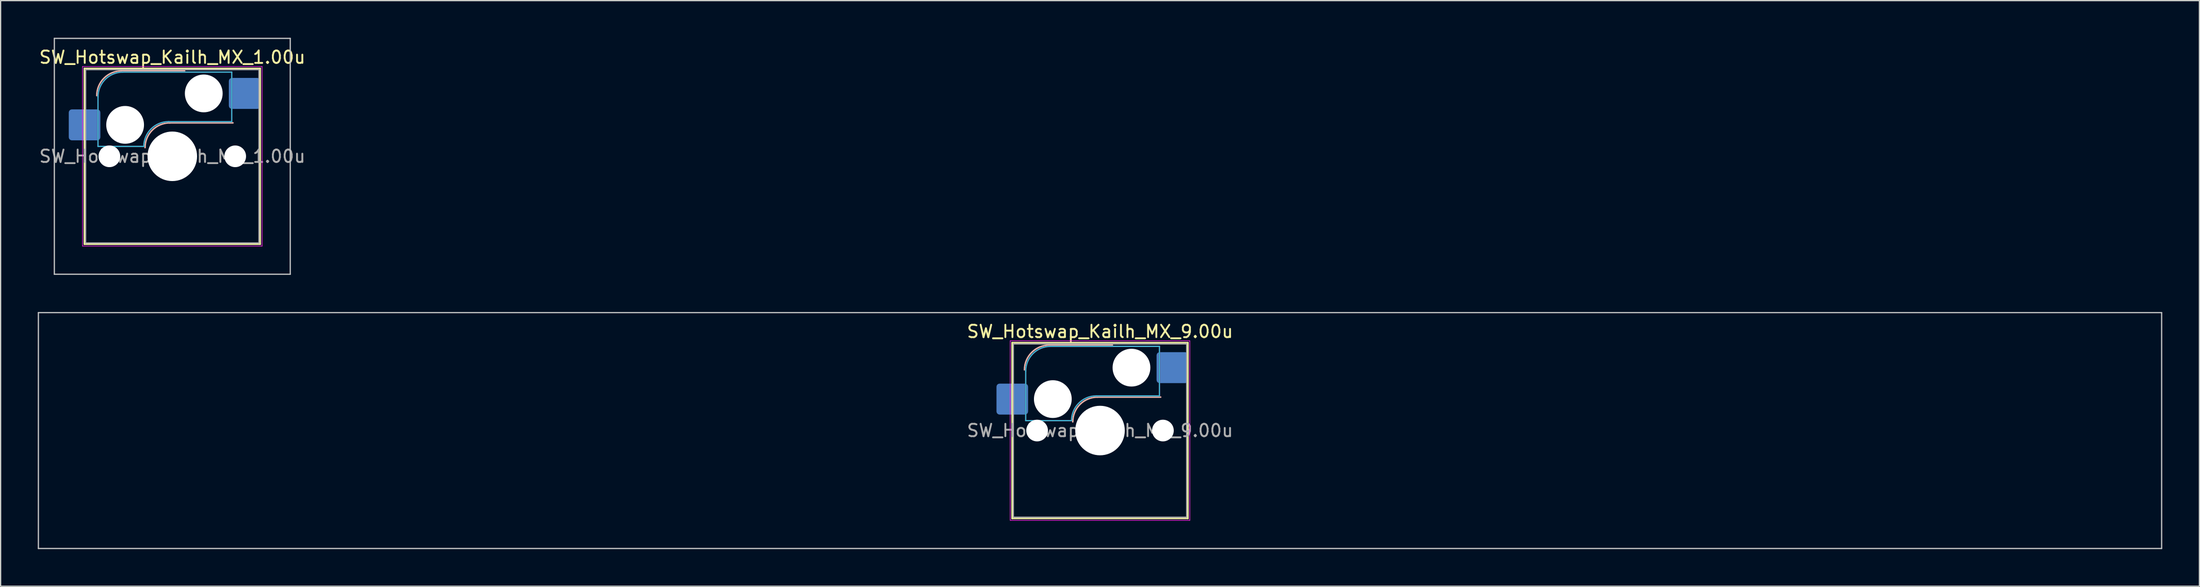
<source format=kicad_pcb>
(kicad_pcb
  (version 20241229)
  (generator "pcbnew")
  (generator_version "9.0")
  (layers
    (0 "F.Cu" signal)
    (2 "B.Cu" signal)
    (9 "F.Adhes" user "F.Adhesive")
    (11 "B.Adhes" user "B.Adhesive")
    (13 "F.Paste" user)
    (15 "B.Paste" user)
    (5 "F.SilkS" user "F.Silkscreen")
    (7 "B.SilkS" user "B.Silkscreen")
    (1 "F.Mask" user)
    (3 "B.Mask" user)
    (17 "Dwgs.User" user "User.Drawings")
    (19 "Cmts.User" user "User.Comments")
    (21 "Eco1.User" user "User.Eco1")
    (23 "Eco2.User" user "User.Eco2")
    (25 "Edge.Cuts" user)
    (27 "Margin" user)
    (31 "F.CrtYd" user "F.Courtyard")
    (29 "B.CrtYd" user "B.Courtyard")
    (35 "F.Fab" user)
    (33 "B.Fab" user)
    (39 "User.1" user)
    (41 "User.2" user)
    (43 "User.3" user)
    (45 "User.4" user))
  (footprint "SW_Hotswap_Kailh_MX_1.00u"
    (layer "F.Cu")
    (at 10.863 9.575)
    (property "Reference" "SW_Hotswap_Kailh_MX_1.00u" (at 0 -8 0) (layer "F.SilkS") (effects (font (size 1 1) (thickness 0.15))))
    (attr smd)
    (fp_line (start -7.1 -7.1) (end -7.1 7.1) (stroke (width 0.12) (type solid)) (layer "F.SilkS"))
    (fp_line (start -7.1 7.1) (end 7.1 7.1) (stroke (width 0.12) (type solid)) (layer "F.SilkS"))
    (fp_line (start 7.1 -7.1) (end -7.1 -7.1) (stroke (width 0.12) (type solid)) (layer "F.SilkS"))
    (fp_line (start 7.1 7.1) (end 7.1 -7.1) (stroke (width 0.12) (type solid)) (layer "F.SilkS"))
    (fp_line (start -4.1 -6.9) (end 1 -6.9) (stroke (width 0.12) (type solid)) (layer "B.SilkS"))
    (fp_line (start -0.2 -2.7) (end 4.9 -2.7) (stroke (width 0.12) (type solid)) (layer "B.SilkS"))
    (fp_arc (start -6.1 -4.9) (mid -5.514214 -6.314214) (end -4.1 -6.9) (stroke (width 0.12) (type solid)) (layer "B.SilkS"))
    (fp_arc (start -2.2 -0.7) (mid -1.614214 -2.114214) (end -0.2 -2.7) (stroke (width 0.12) (type solid)) (layer "B.SilkS"))
    (fp_line (start -9.525 -9.525) (end -9.525 9.525) (stroke (width 0.1) (type solid)) (layer "Dwgs.User"))
    (fp_line (start -9.525 9.525) (end 9.525 9.525) (stroke (width 0.1) (type solid)) (layer "Dwgs.User"))
    (fp_line (start 9.525 -9.525) (end -9.525 -9.525) (stroke (width 0.1) (type solid)) (layer "Dwgs.User"))
    (fp_line (start 9.525 9.525) (end 9.525 -9.525) (stroke (width 0.1) (type solid)) (layer "Dwgs.User"))
    (fp_line (start -7.8 -6) (end -7 -6) (stroke (width 0.1) (type solid)) (layer "Eco1.User"))
    (fp_line (start -7.8 -2.9) (end -7.8 -6) (stroke (width 0.1) (type solid)) (layer "Eco1.User"))
    (fp_line (start -7.8 2.9) (end -7 2.9) (stroke (width 0.1) (type solid)) (layer "Eco1.User"))
    (fp_line (start -7.8 6) (end -7.8 2.9) (stroke (width 0.1) (type solid)) (layer "Eco1.User"))
    (fp_line (start -7 -7) (end 7 -7) (stroke (width 0.1) (type solid)) (layer "Eco1.User"))
    (fp_line (start -7 -6) (end -7 -7) (stroke (width 0.1) (type solid)) (layer "Eco1.User"))
    (fp_line (start -7 -2.9) (end -7.8 -2.9) (stroke (width 0.1) (type solid)) (layer "Eco1.User"))
    (fp_line (start -7 2.9) (end -7 -2.9) (stroke (width 0.1) (type solid)) (layer "Eco1.User"))
    (fp_line (start -7 6) (end -7.8 6) (stroke (width 0.1) (type solid)) (layer "Eco1.User"))
    (fp_line (start -7 7) (end -7 6) (stroke (width 0.1) (type solid)) (layer "Eco1.User"))
    (fp_line (start 7 -7) (end 7 -6) (stroke (width 0.1) (type solid)) (layer "Eco1.User"))
    (fp_line (start 7 -6) (end 7.8 -6) (stroke (width 0.1) (type solid)) (layer "Eco1.User"))
    (fp_line (start 7 -2.9) (end 7 2.9) (stroke (width 0.1) (type solid)) (layer "Eco1.User"))
    (fp_line (start 7 2.9) (end 7.8 2.9) (stroke (width 0.1) (type solid)) (layer "Eco1.User"))
    (fp_line (start 7 6) (end 7 7) (stroke (width 0.1) (type solid)) (layer "Eco1.User"))
    (fp_line (start 7 7) (end -7 7) (stroke (width 0.1) (type solid)) (layer "Eco1.User"))
    (fp_line (start 7.8 -6) (end 7.8 -2.9) (stroke (width 0.1) (type solid)) (layer "Eco1.User"))
    (fp_line (start 7.8 -2.9) (end 7 -2.9) (stroke (width 0.1) (type solid)) (layer "Eco1.User"))
    (fp_line (start 7.8 2.9) (end 7.8 6) (stroke (width 0.1) (type solid)) (layer "Eco1.User"))
    (fp_line (start 7.8 6) (end 7 6) (stroke (width 0.1) (type solid)) (layer "Eco1.User"))
    (fp_line (start -6 -0.8) (end -6 -4.8) (stroke (width 0.05) (type solid)) (layer "B.CrtYd"))
    (fp_line (start -6 -0.8) (end -2.3 -0.8) (stroke (width 0.05) (type solid)) (layer "B.CrtYd"))
    (fp_line (start -4 -6.8) (end 4.8 -6.8) (stroke (width 0.05) (type solid)) (layer "B.CrtYd"))
    (fp_line (start -0.3 -2.8) (end 4.8 -2.8) (stroke (width 0.05) (type solid)) (layer "B.CrtYd"))
    (fp_line (start 4.8 -6.8) (end 4.8 -2.8) (stroke (width 0.05) (type solid)) (layer "B.CrtYd"))
    (fp_arc (start -6 -4.8) (mid -5.414214 -6.214214) (end -4 -6.8) (stroke (width 0.05) (type solid)) (layer "B.CrtYd"))
    (fp_arc (start -2.3 -0.8) (mid -1.714214 -2.214214) (end -0.3 -2.8) (stroke (width 0.05) (type solid)) (layer "B.CrtYd"))
    (fp_line (start -7.25 -7.25) (end -7.25 7.25) (stroke (width 0.05) (type solid)) (layer "F.CrtYd"))
    (fp_line (start -7.25 7.25) (end 7.25 7.25) (stroke (width 0.05) (type solid)) (layer "F.CrtYd"))
    (fp_line (start 7.25 -7.25) (end -7.25 -7.25) (stroke (width 0.05) (type solid)) (layer "F.CrtYd"))
    (fp_line (start 7.25 7.25) (end 7.25 -7.25) (stroke (width 0.05) (type solid)) (layer "F.CrtYd"))
    (fp_line (start -6 -0.8) (end -6 -4.8) (stroke (width 0.12) (type solid)) (layer "B.Fab"))
    (fp_line (start -6 -0.8) (end -2.3 -0.8) (stroke (width 0.12) (type solid)) (layer "B.Fab"))
    (fp_line (start -4 -6.8) (end 4.8 -6.8) (stroke (width 0.12) (type solid)) (layer "B.Fab"))
    (fp_line (start -0.3 -2.8) (end 4.8 -2.8) (stroke (width 0.12) (type solid)) (layer "B.Fab"))
    (fp_line (start 4.8 -6.8) (end 4.8 -2.8) (stroke (width 0.12) (type solid)) (layer "B.Fab"))
    (fp_arc (start -6 -4.8) (mid -5.414214 -6.214214) (end -4 -6.8) (stroke (width 0.12) (type solid)) (layer "B.Fab"))
    (fp_arc (start -2.3 -0.8) (mid -1.714214 -2.214214) (end -0.3 -2.8) (stroke (width 0.12) (type solid)) (layer "B.Fab"))
    (fp_line (start -7 -7) (end -7 7) (stroke (width 0.1) (type solid)) (layer "F.Fab"))
    (fp_line (start -7 7) (end 7 7) (stroke (width 0.1) (type solid)) (layer "F.Fab"))
    (fp_line (start 7 -7) (end -7 -7) (stroke (width 0.1) (type solid)) (layer "F.Fab"))
    (fp_line (start 7 7) (end 7 -7) (stroke (width 0.1) (type solid)) (layer "F.Fab"))
    (fp_text user "${REFERENCE}" (at 0 0 0) (layer "F.Fab") (effects (font (size 1 1) (thickness 0.15))))
    (pad "" np_thru_hole circle (at -5.08 0) (size 1.75 1.75) (drill 1.75) (layers "*.Cu" "*.Mask"))
    (pad "" np_thru_hole circle (at -3.81 -2.54) (size 3.05 3.05) (drill 3.05) (layers "*.Cu" "*.Mask"))
    (pad "" np_thru_hole circle (at 0 0) (size 4 4) (drill 4) (layers "*.Cu" "*.Mask"))
    (pad "" np_thru_hole circle (at 2.54 -5.08) (size 3.05 3.05) (drill 3.05) (layers "*.Cu" "*.Mask"))
    (pad "" np_thru_hole circle (at 5.08 0) (size 1.75 1.75) (drill 1.75) (layers "*.Cu" "*.Mask"))
    (pad "1" smd roundrect (at -7.085 -2.54) (size 2.55 2.5) (layers "B.Cu" "B.Mask" "B.Paste") (roundrect_rratio 0.1))
    (pad "2" smd roundrect (at 5.842 -5.08) (size 2.55 2.5) (layers "B.Cu" "B.Mask" "B.Paste") (roundrect_rratio 0.1)))
  (footprint "SW_Hotswap_Kailh_MX_9.00u"
    (layer "F.Cu")
    (at 85.775 31.725)
    (property "Reference" "SW_Hotswap_Kailh_MX_9.00u" (at 0 -8 0) (layer "F.SilkS") (effects (font (size 1 1) (thickness 0.15))))
    (attr smd)
    (fp_line (start -7.1 -7.1) (end -7.1 7.1) (stroke (width 0.12) (type solid)) (layer "F.SilkS"))
    (fp_line (start -7.1 7.1) (end 7.1 7.1) (stroke (width 0.12) (type solid)) (layer "F.SilkS"))
    (fp_line (start 7.1 -7.1) (end -7.1 -7.1) (stroke (width 0.12) (type solid)) (layer "F.SilkS"))
    (fp_line (start 7.1 7.1) (end 7.1 -7.1) (stroke (width 0.12) (type solid)) (layer "F.SilkS"))
    (fp_line (start -4.1 -6.9) (end 1 -6.9) (stroke (width 0.12) (type solid)) (layer "B.SilkS"))
    (fp_line (start -0.2 -2.7) (end 4.9 -2.7) (stroke (width 0.12) (type solid)) (layer "B.SilkS"))
    (fp_arc (start -6.1 -4.9) (mid -5.514214 -6.314214) (end -4.1 -6.9) (stroke (width 0.12) (type solid)) (layer "B.SilkS"))
    (fp_arc (start -2.2 -0.7) (mid -1.614214 -2.114214) (end -0.2 -2.7) (stroke (width 0.12) (type solid)) (layer "B.SilkS"))
    (fp_line (start -85.725 -9.525) (end -85.725 9.525) (stroke (width 0.1) (type solid)) (layer "Dwgs.User"))
    (fp_line (start -85.725 9.525) (end 85.725 9.525) (stroke (width 0.1) (type solid)) (layer "Dwgs.User"))
    (fp_line (start 85.725 -9.525) (end -85.725 -9.525) (stroke (width 0.1) (type solid)) (layer "Dwgs.User"))
    (fp_line (start 85.725 9.525) (end 85.725 -9.525) (stroke (width 0.1) (type solid)) (layer "Dwgs.User"))
    (fp_line (start -7.8 -6) (end -7 -6) (stroke (width 0.1) (type solid)) (layer "Eco1.User"))
    (fp_line (start -7.8 -2.9) (end -7.8 -6) (stroke (width 0.1) (type solid)) (layer "Eco1.User"))
    (fp_line (start -7.8 2.9) (end -7 2.9) (stroke (width 0.1) (type solid)) (layer "Eco1.User"))
    (fp_line (start -7.8 6) (end -7.8 2.9) (stroke (width 0.1) (type solid)) (layer "Eco1.User"))
    (fp_line (start -7 -7) (end 7 -7) (stroke (width 0.1) (type solid)) (layer "Eco1.User"))
    (fp_line (start -7 -6) (end -7 -7) (stroke (width 0.1) (type solid)) (layer "Eco1.User"))
    (fp_line (start -7 -2.9) (end -7.8 -2.9) (stroke (width 0.1) (type solid)) (layer "Eco1.User"))
    (fp_line (start -7 2.9) (end -7 -2.9) (stroke (width 0.1) (type solid)) (layer "Eco1.User"))
    (fp_line (start -7 6) (end -7.8 6) (stroke (width 0.1) (type solid)) (layer "Eco1.User"))
    (fp_line (start -7 7) (end -7 6) (stroke (width 0.1) (type solid)) (layer "Eco1.User"))
    (fp_line (start 7 -7) (end 7 -6) (stroke (width 0.1) (type solid)) (layer "Eco1.User"))
    (fp_line (start 7 -6) (end 7.8 -6) (stroke (width 0.1) (type solid)) (layer "Eco1.User"))
    (fp_line (start 7 -2.9) (end 7 2.9) (stroke (width 0.1) (type solid)) (layer "Eco1.User"))
    (fp_line (start 7 2.9) (end 7.8 2.9) (stroke (width 0.1) (type solid)) (layer "Eco1.User"))
    (fp_line (start 7 6) (end 7 7) (stroke (width 0.1) (type solid)) (layer "Eco1.User"))
    (fp_line (start 7 7) (end -7 7) (stroke (width 0.1) (type solid)) (layer "Eco1.User"))
    (fp_line (start 7.8 -6) (end 7.8 -2.9) (stroke (width 0.1) (type solid)) (layer "Eco1.User"))
    (fp_line (start 7.8 -2.9) (end 7 -2.9) (stroke (width 0.1) (type solid)) (layer "Eco1.User"))
    (fp_line (start 7.8 2.9) (end 7.8 6) (stroke (width 0.1) (type solid)) (layer "Eco1.User"))
    (fp_line (start 7.8 6) (end 7 6) (stroke (width 0.1) (type solid)) (layer "Eco1.User"))
    (fp_line (start -6 -0.8) (end -6 -4.8) (stroke (width 0.05) (type solid)) (layer "B.CrtYd"))
    (fp_line (start -6 -0.8) (end -2.3 -0.8) (stroke (width 0.05) (type solid)) (layer "B.CrtYd"))
    (fp_line (start -4 -6.8) (end 4.8 -6.8) (stroke (width 0.05) (type solid)) (layer "B.CrtYd"))
    (fp_line (start -0.3 -2.8) (end 4.8 -2.8) (stroke (width 0.05) (type solid)) (layer "B.CrtYd"))
    (fp_line (start 4.8 -6.8) (end 4.8 -2.8) (stroke (width 0.05) (type solid)) (layer "B.CrtYd"))
    (fp_arc (start -6 -4.8) (mid -5.414214 -6.214214) (end -4 -6.8) (stroke (width 0.05) (type solid)) (layer "B.CrtYd"))
    (fp_arc (start -2.3 -0.8) (mid -1.714214 -2.214214) (end -0.3 -2.8) (stroke (width 0.05) (type solid)) (layer "B.CrtYd"))
    (fp_line (start -7.25 -7.25) (end -7.25 7.25) (stroke (width 0.05) (type solid)) (layer "F.CrtYd"))
    (fp_line (start -7.25 7.25) (end 7.25 7.25) (stroke (width 0.05) (type solid)) (layer "F.CrtYd"))
    (fp_line (start 7.25 -7.25) (end -7.25 -7.25) (stroke (width 0.05) (type solid)) (layer "F.CrtYd"))
    (fp_line (start 7.25 7.25) (end 7.25 -7.25) (stroke (width 0.05) (type solid)) (layer "F.CrtYd"))
    (fp_line (start -6 -0.8) (end -6 -4.8) (stroke (width 0.12) (type solid)) (layer "B.Fab"))
    (fp_line (start -6 -0.8) (end -2.3 -0.8) (stroke (width 0.12) (type solid)) (layer "B.Fab"))
    (fp_line (start -4 -6.8) (end 4.8 -6.8) (stroke (width 0.12) (type solid)) (layer "B.Fab"))
    (fp_line (start -0.3 -2.8) (end 4.8 -2.8) (stroke (width 0.12) (type solid)) (layer "B.Fab"))
    (fp_line (start 4.8 -6.8) (end 4.8 -2.8) (stroke (width 0.12) (type solid)) (layer "B.Fab"))
    (fp_arc (start -6 -4.8) (mid -5.414214 -6.214214) (end -4 -6.8) (stroke (width 0.12) (type solid)) (layer "B.Fab"))
    (fp_arc (start -2.3 -0.8) (mid -1.714214 -2.214214) (end -0.3 -2.8) (stroke (width 0.12) (type solid)) (layer "B.Fab"))
    (fp_line (start -7 -7) (end -7 7) (stroke (width 0.1) (type solid)) (layer "F.Fab"))
    (fp_line (start -7 7) (end 7 7) (stroke (width 0.1) (type solid)) (layer "F.Fab"))
    (fp_line (start 7 -7) (end -7 -7) (stroke (width 0.1) (type solid)) (layer "F.Fab"))
    (fp_line (start 7 7) (end 7 -7) (stroke (width 0.1) (type solid)) (layer "F.Fab"))
    (fp_text user "${REFERENCE}" (at 0 0 0) (layer "F.Fab") (effects (font (size 1 1) (thickness 0.15))))
    (pad "" np_thru_hole circle (at -5.08 0) (size 1.75 1.75) (drill 1.75) (layers "*.Cu" "*.Mask"))
    (pad "" np_thru_hole circle (at -3.81 -2.54) (size 3.05 3.05) (drill 3.05) (layers "*.Cu" "*.Mask"))
    (pad "" np_thru_hole circle (at 0 0) (size 4 4) (drill 4) (layers "*.Cu" "*.Mask"))
    (pad "" np_thru_hole circle (at 2.54 -5.08) (size 3.05 3.05) (drill 3.05) (layers "*.Cu" "*.Mask"))
    (pad "" np_thru_hole circle (at 5.08 0) (size 1.75 1.75) (drill 1.75) (layers "*.Cu" "*.Mask"))
    (pad "1" smd roundrect (at -7.085 -2.54) (size 2.55 2.5) (layers "B.Cu" "B.Mask" "B.Paste") (roundrect_rratio 0.1))
    (pad "2" smd roundrect (at 5.842 -5.08) (size 2.55 2.5) (layers "B.Cu" "B.Mask" "B.Paste") (roundrect_rratio 0.1)))
  (gr_rect
    (start -3 -3)
    (end 174.55 44.3)
    (stroke (width 0.1) (type default))
    (fill no)
    (layer "Edge.Cuts")))
</source>
